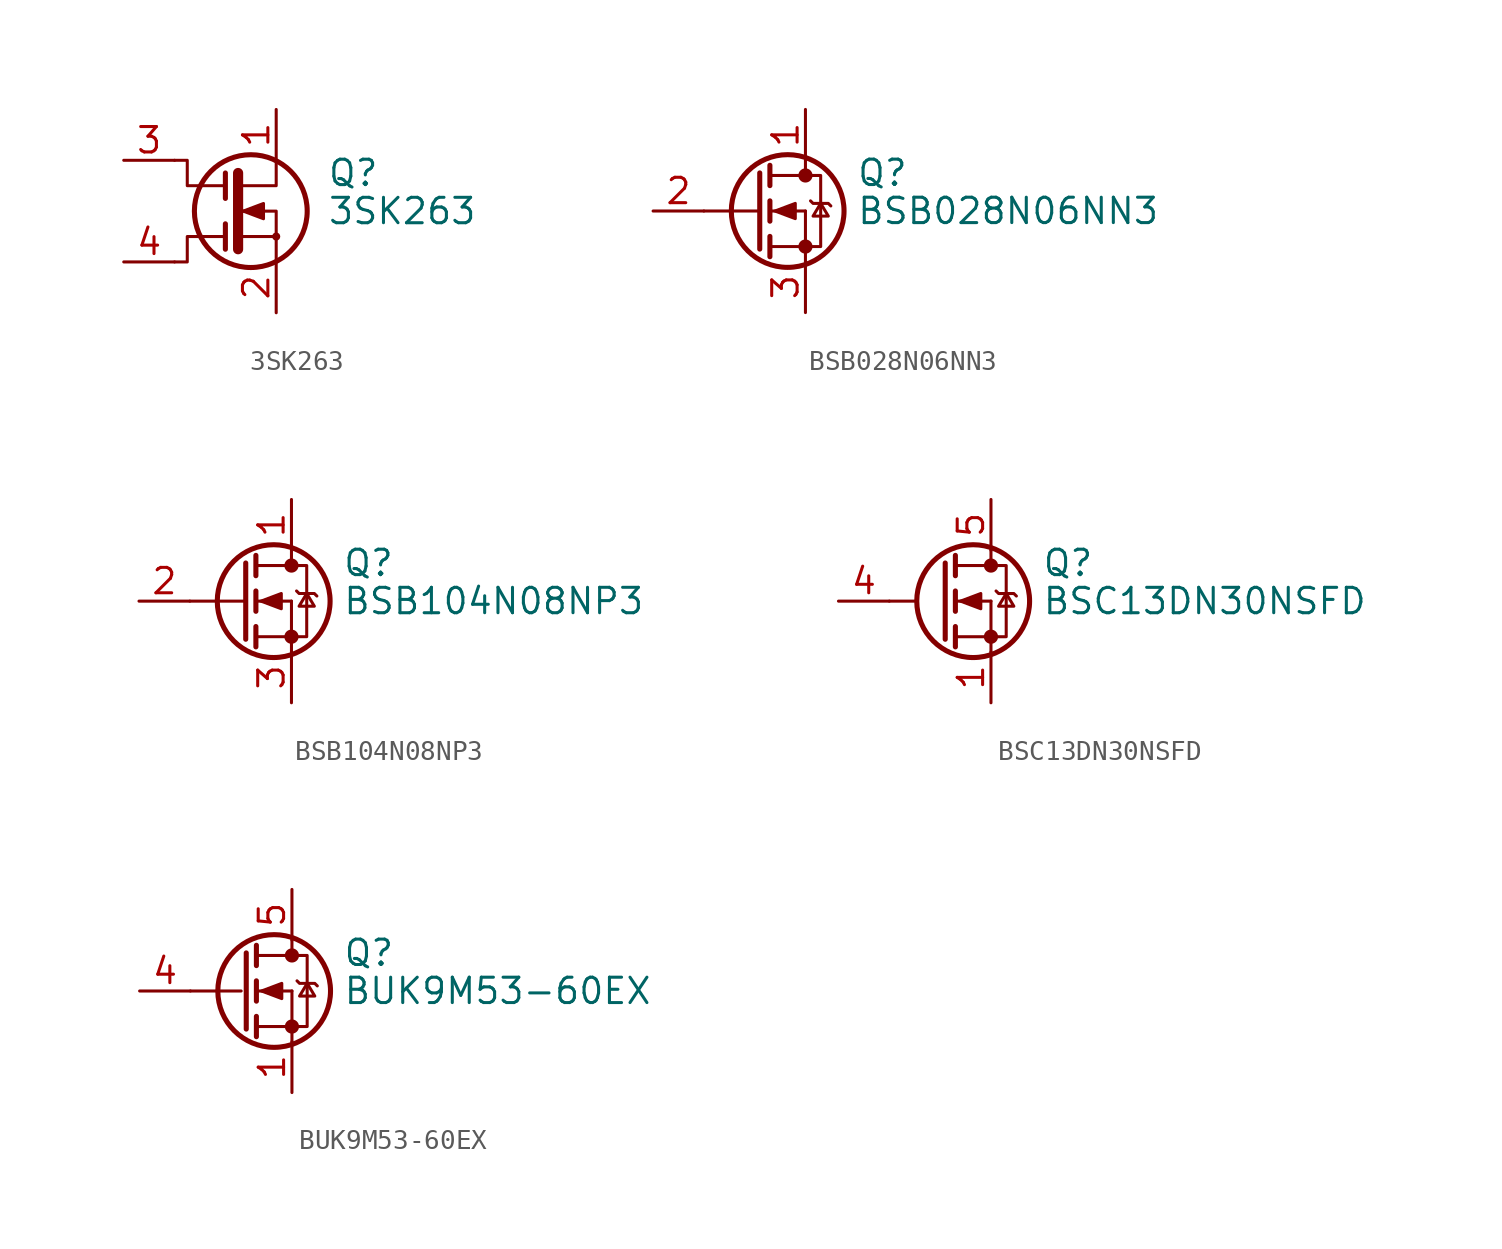
<source format=kicad_sym>
(kicad_symbol_lib
  (version 20201005)
  (generator kicad_symbol_editor)
  (symbol "3SK263"
    (pin_names
      (offset 0) hide)
    (property "Reference" "Q"
      (at 5.08 1.905 0)
      (effects (font (size 1.27 1.27)) (justify left)))
    (property "Value" "3SK263"
      (at 5.08 0 0)
      (effects (font (size 1.27 1.27)) (justify left)))
    (symbol "3SK263_0_1"
      (circle (center 1.27 0) (radius 2.819) (stroke (width 0.254)) (fill (type none)))
      (circle (center 2.54 -1.27) (radius 0.127) (stroke (width 0)) (fill (type none)))
      (polyline (pts (xy 0 0.635) (xy 0 1.905)) (stroke (width 0.254)) (fill (type none)))
      (polyline (pts (xy 0.635 1.905) (xy 0.635 -1.905)) (stroke (width 0.508)) (fill (type none)))
      (polyline (pts (xy 0 -0.635) (xy 0 -1.905) (xy 0 -1.524)) (stroke (width 0.254)) (fill (type none)))
      (polyline (pts (xy 0 -1.27) (xy -1.905 -1.27) (xy -1.905 -2.54) (xy -2.54 -2.54)) (stroke (width 0)) (fill (type none)))
      (polyline (pts (xy 0 1.27) (xy -1.905 1.27) (xy -1.905 2.54) (xy -2.54 2.54)) (stroke (width 0)) (fill (type none)))
      (polyline (pts (xy 0.762 -1.27) (xy 2.54 -1.27) (xy 2.54 -2.54) (xy 2.54 -2.54)) (stroke (width 0)) (fill (type none)))
      (polyline (pts (xy 0.762 1.27) (xy 2.54 1.27) (xy 2.54 2.54) (xy 2.54 2.54)) (stroke (width 0)) (fill (type none)))
      (polyline (pts (xy 0.762 0) (xy 1.27 0) (xy 2.54 0) (xy 2.54 -1.27) (xy 2.54 -1.27)) (stroke (width 0)) (fill (type none)))
      (polyline (pts (xy 0.889 0) (xy 1.905 0.381) (xy 1.905 -0.381) (xy 0.889 0) (xy 1.016 0) (xy 1.016 0)) (stroke (width 0)) (fill (type outline))))
    (symbol "3SK263_1_1"
      (pin passive line (at 2.54 5.08 270) (length 2.54) (name "D" (effects (font (size 1.27 1.27)))) (number "1" (effects (font (size 1.27 1.27)))))
      (pin passive line (at 2.54 -5.08 90) (length 2.54) (name "S" (effects (font (size 1.27 1.27)))) (number "2" (effects (font (size 1.27 1.27)))))
      (pin passive line (at -5.08 2.54 0) (length 2.54) (name "G1" (effects (font (size 1.27 1.27)))) (number "3" (effects (font (size 1.27 1.27)))))
      (pin passive line (at -5.08 -2.54 0) (length 2.54) (name "G2" (effects (font (size 1.27 1.27)))) (number "4" (effects (font (size 1.27 1.27)))))))
  (symbol "BSB028N06NN3"
    (pin_names
      (offset 0) hide)
    (property "Reference" "Q"
      (at 5.08 1.905 0)
      (effects (font (size 1.27 1.27)) (justify left)))
    (property "Value" "BSB028N06NN3"
      (at 5.08 0 0)
      (effects (font (size 1.27 1.27)) (justify left)))
    (symbol "BSB028N06NN3_0_1"
      (circle (center 1.651 0) (radius 2.819) (stroke (width 0.254)) (fill (type none)))
      (circle (center 2.54 -1.778) (radius 0.279) (stroke (width 0)) (fill (type outline)))
      (circle (center 2.54 1.778) (radius 0.279) (stroke (width 0)) (fill (type outline)))
      (polyline (pts (xy -2.54 0) (xy 0.254 0)) (stroke (width 0)) (fill (type none)))
      (polyline (pts (xy 0.762 -1.778) (xy 2.54 -1.778)) (stroke (width 0)) (fill (type none)))
      (polyline (pts (xy 0.762 -1.27) (xy 0.762 -2.286)) (stroke (width 0.254)) (fill (type none)))
      (polyline (pts (xy 0.762 0) (xy 2.54 0)) (stroke (width 0)) (fill (type none)))
      (polyline (pts (xy 0.762 0.508) (xy 0.762 -0.508)) (stroke (width 0.254)) (fill (type none)))
      (polyline (pts (xy 0.762 1.778) (xy 2.54 1.778)) (stroke (width 0)) (fill (type none)))
      (polyline (pts (xy 0.762 2.286) (xy 0.762 1.27)) (stroke (width 0.254)) (fill (type none)))
      (polyline (pts (xy 2.54 -1.778) (xy 2.54 -2.54)) (stroke (width 0)) (fill (type none)))
      (polyline (pts (xy 2.54 -1.778) (xy 2.54 0)) (stroke (width 0)) (fill (type none)))
      (polyline (pts (xy 2.54 2.54) (xy 2.54 1.778)) (stroke (width 0)) (fill (type none)))
      (polyline (pts (xy 0.254 1.905) (xy 0.254 -1.905) (xy 0.254 -1.905)) (stroke (width 0.254)) (fill (type none)))
      (polyline (pts (xy 1.016 0) (xy 2.032 0.381) (xy 2.032 -0.381) (xy 1.016 0)) (stroke (width 0)) (fill (type outline)))
      (polyline (pts (xy 2.54 -1.778) (xy 3.302 -1.778) (xy 3.302 1.778) (xy 2.54 1.778)) (stroke (width 0)) (fill (type none)))
      (polyline (pts (xy 2.794 0.508) (xy 2.921 0.381) (xy 3.683 0.381) (xy 3.81 0.254)) (stroke (width 0)) (fill (type none)))
      (polyline (pts (xy 3.302 0.381) (xy 2.921 -0.254) (xy 3.683 -0.254) (xy 3.302 0.381)) (stroke (width 0)) (fill (type none))))
    (symbol "BSB028N06NN3_1_1"
      (pin passive line (at 2.54 5.08 270) (length 2.54) (name "D" (effects (font (size 1.27 1.27)))) (number "1" (effects (font (size 1.27 1.27)))))
      (pin input line (at -5.08 0 0) (length 2.54) (name "G" (effects (font (size 1.27 1.27)))) (number "2" (effects (font (size 1.27 1.27)))))
      (pin passive line (at 2.54 -5.08 90) (length 2.54) (name "S" (effects (font (size 1.27 1.27)))) (number "3" (effects (font (size 1.27 1.27)))))))
  (symbol "BSB104N08NP3"
    (pin_names
      (offset 0) hide)
    (property "Reference" "Q"
      (at 5.08 1.905 0)
      (effects (font (size 1.27 1.27)) (justify left)))
    (property "Value" "BSB104N08NP3"
      (at 5.08 0 0)
      (effects (font (size 1.27 1.27)) (justify left)))
    (symbol "BSB104N08NP3_0_1"
      (circle (center 1.651 0) (radius 2.819) (stroke (width 0.254)) (fill (type none)))
      (circle (center 2.54 -1.778) (radius 0.279) (stroke (width 0)) (fill (type outline)))
      (circle (center 2.54 1.778) (radius 0.279) (stroke (width 0)) (fill (type outline)))
      (polyline (pts (xy -2.54 0) (xy 0.254 0)) (stroke (width 0)) (fill (type none)))
      (polyline (pts (xy 0.762 -1.778) (xy 2.54 -1.778)) (stroke (width 0)) (fill (type none)))
      (polyline (pts (xy 0.762 -1.27) (xy 0.762 -2.286)) (stroke (width 0.254)) (fill (type none)))
      (polyline (pts (xy 0.762 0) (xy 2.54 0)) (stroke (width 0)) (fill (type none)))
      (polyline (pts (xy 0.762 0.508) (xy 0.762 -0.508)) (stroke (width 0.254)) (fill (type none)))
      (polyline (pts (xy 0.762 1.778) (xy 2.54 1.778)) (stroke (width 0)) (fill (type none)))
      (polyline (pts (xy 0.762 2.286) (xy 0.762 1.27)) (stroke (width 0.254)) (fill (type none)))
      (polyline (pts (xy 2.54 -1.778) (xy 2.54 -2.54)) (stroke (width 0)) (fill (type none)))
      (polyline (pts (xy 2.54 -1.778) (xy 2.54 0)) (stroke (width 0)) (fill (type none)))
      (polyline (pts (xy 2.54 2.54) (xy 2.54 1.778)) (stroke (width 0)) (fill (type none)))
      (polyline (pts (xy 0.254 1.905) (xy 0.254 -1.905) (xy 0.254 -1.905)) (stroke (width 0.254)) (fill (type none)))
      (polyline (pts (xy 1.016 0) (xy 2.032 0.381) (xy 2.032 -0.381) (xy 1.016 0)) (stroke (width 0)) (fill (type outline)))
      (polyline (pts (xy 2.54 -1.778) (xy 3.302 -1.778) (xy 3.302 1.778) (xy 2.54 1.778)) (stroke (width 0)) (fill (type none)))
      (polyline (pts (xy 2.794 0.508) (xy 2.921 0.381) (xy 3.683 0.381) (xy 3.81 0.254)) (stroke (width 0)) (fill (type none)))
      (polyline (pts (xy 3.302 0.381) (xy 2.921 -0.254) (xy 3.683 -0.254) (xy 3.302 0.381)) (stroke (width 0)) (fill (type none))))
    (symbol "BSB104N08NP3_1_1"
      (pin passive line (at 2.54 5.08 270) (length 2.54) (name "D" (effects (font (size 1.27 1.27)))) (number "1" (effects (font (size 1.27 1.27)))))
      (pin input line (at -5.08 0 0) (length 2.54) (name "G" (effects (font (size 1.27 1.27)))) (number "2" (effects (font (size 1.27 1.27)))))
      (pin passive line (at 2.54 -5.08 90) (length 2.54) (name "S" (effects (font (size 1.27 1.27)))) (number "3" (effects (font (size 1.27 1.27)))))))
  (symbol "BSC13DN30NSFD"
    (pin_names hide)
    (property "Reference" "Q"
      (at 5.08 1.905 0)
      (effects (font (size 1.27 1.27)) (justify left)))
    (property "Value" "BSC13DN30NSFD"
      (at 5.08 0 0)
      (effects (font (size 1.27 1.27)) (justify left)))
    (symbol "BSC13DN30NSFD_0_1"
      (circle (center 1.651 0) (radius 2.819) (stroke (width 0.254)) (fill (type none)))
      (circle (center 2.54 -1.778) (radius 0.279) (stroke (width 0)) (fill (type outline)))
      (circle (center 2.54 1.778) (radius 0.279) (stroke (width 0)) (fill (type outline)))
      (polyline (pts (xy -1.27 0) (xy -2.54 0)) (stroke (width 0)) (fill (type none)))
      (polyline (pts (xy 0.762 -1.778) (xy 2.54 -1.778)) (stroke (width 0)) (fill (type none)))
      (polyline (pts (xy 0.762 -1.27) (xy 0.762 -2.286)) (stroke (width 0.254)) (fill (type none)))
      (polyline (pts (xy 0.762 0) (xy 2.54 0)) (stroke (width 0)) (fill (type none)))
      (polyline (pts (xy 0.762 0.508) (xy 0.762 -0.508)) (stroke (width 0.254)) (fill (type none)))
      (polyline (pts (xy 0.762 1.778) (xy 2.54 1.778)) (stroke (width 0)) (fill (type none)))
      (polyline (pts (xy 0.762 2.286) (xy 0.762 1.27)) (stroke (width 0.254)) (fill (type none)))
      (polyline (pts (xy 2.54 -1.778) (xy 2.54 -2.54)) (stroke (width 0)) (fill (type none)))
      (polyline (pts (xy 2.54 -1.778) (xy 2.54 0)) (stroke (width 0)) (fill (type none)))
      (polyline (pts (xy 2.54 2.54) (xy 2.54 1.778)) (stroke (width 0)) (fill (type none)))
      (polyline (pts (xy 0.254 1.905) (xy 0.254 -1.905) (xy 0.254 -1.905)) (stroke (width 0.254)) (fill (type none)))
      (polyline (pts (xy 1.016 0) (xy 2.032 0.381) (xy 2.032 -0.381) (xy 1.016 0)) (stroke (width 0)) (fill (type outline)))
      (polyline (pts (xy 2.54 -1.778) (xy 3.302 -1.778) (xy 3.302 1.778) (xy 2.54 1.778)) (stroke (width 0)) (fill (type none)))
      (polyline (pts (xy 2.794 0.508) (xy 2.921 0.381) (xy 3.683 0.381) (xy 3.81 0.254)) (stroke (width 0)) (fill (type none)))
      (polyline (pts (xy 3.302 0.381) (xy 2.921 -0.254) (xy 3.683 -0.254) (xy 3.302 0.381)) (stroke (width 0)) (fill (type none))))
    (symbol "BSC13DN30NSFD_1_1"
      (pin passive line (at 2.54 -5.08 90) (length 2.54) (name "S" (effects (font (size 1.27 1.27)))) (number "1" (effects (font (size 1.27 1.27)))))
      (pin passive line (at 2.54 -5.08 90) (length 2.54) hide (name "S" (effects (font (size 1.27 1.27)))) (number "2" (effects (font (size 1.27 1.27)))))
      (pin passive line (at 2.54 -5.08 90) (length 2.54) hide (name "S" (effects (font (size 1.27 1.27)))) (number "3" (effects (font (size 1.27 1.27)))))
      (pin passive line (at -5.08 0 0) (length 2.54) (name "G" (effects (font (size 1.27 1.27)))) (number "4" (effects (font (size 1.27 1.27)))))
      (pin passive line (at 2.54 5.08 270) (length 2.54) (name "D" (effects (font (size 1.27 1.27)))) (number "5" (effects (font (size 1.27 1.27)))))))
  (symbol "BUK9M53-60EX"
    (pin_names hide)
    (property "Reference" "Q"
      (at 5.08 1.905 0)
      (effects (font (size 1.27 1.27)) (justify left)))
    (property "Value" "BUK9M53-60EX"
      (at 5.08 0 0)
      (effects (font (size 1.27 1.27)) (justify left)))
    (symbol "BUK9M53-60EX_0_1"
      (circle (center 1.651 0) (radius 2.819) (stroke (width 0.254)) (fill (type none)))
      (circle (center 2.54 -1.778) (radius 0.279) (stroke (width 0)) (fill (type outline)))
      (circle (center 2.54 1.778) (radius 0.279) (stroke (width 0)) (fill (type outline)))
      (polyline (pts (xy -2.54 0) (xy 0 0)) (stroke (width 0)) (fill (type none)))
      (polyline (pts (xy 0.762 -1.778) (xy 2.54 -1.778)) (stroke (width 0)) (fill (type none)))
      (polyline (pts (xy 0.762 -1.27) (xy 0.762 -2.286)) (stroke (width 0.254)) (fill (type none)))
      (polyline (pts (xy 0.762 0) (xy 2.54 0)) (stroke (width 0)) (fill (type none)))
      (polyline (pts (xy 0.762 0.508) (xy 0.762 -0.508)) (stroke (width 0.254)) (fill (type none)))
      (polyline (pts (xy 0.762 1.778) (xy 2.54 1.778)) (stroke (width 0)) (fill (type none)))
      (polyline (pts (xy 0.762 2.286) (xy 0.762 1.27)) (stroke (width 0.254)) (fill (type none)))
      (polyline (pts (xy 2.54 -1.778) (xy 2.54 -2.54)) (stroke (width 0)) (fill (type none)))
      (polyline (pts (xy 2.54 -1.778) (xy 2.54 0)) (stroke (width 0)) (fill (type none)))
      (polyline (pts (xy 2.54 2.54) (xy 2.54 1.778)) (stroke (width 0)) (fill (type none)))
      (polyline (pts (xy 0.254 1.905) (xy 0.254 -1.905) (xy 0.254 -1.905)) (stroke (width 0.254)) (fill (type none)))
      (polyline (pts (xy 1.016 0) (xy 2.032 0.381) (xy 2.032 -0.381) (xy 1.016 0)) (stroke (width 0)) (fill (type outline)))
      (polyline (pts (xy 2.54 -1.778) (xy 3.302 -1.778) (xy 3.302 1.778) (xy 2.54 1.778)) (stroke (width 0)) (fill (type none)))
      (polyline (pts (xy 2.794 0.508) (xy 2.921 0.381) (xy 3.683 0.381) (xy 3.81 0.254)) (stroke (width 0)) (fill (type none)))
      (polyline (pts (xy 3.302 0.381) (xy 2.921 -0.254) (xy 3.683 -0.254) (xy 3.302 0.381)) (stroke (width 0)) (fill (type none))))
    (symbol "BUK9M53-60EX_1_1"
      (pin passive line (at 2.54 -5.08 90) (length 2.54) (name "S" (effects (font (size 1.27 1.27)))) (number "1" (effects (font (size 1.27 1.27)))))
      (pin passive line (at 2.54 -5.08 90) (length 2.54) hide (name "S" (effects (font (size 1.27 1.27)))) (number "2" (effects (font (size 1.27 1.27)))))
      (pin passive line (at 2.54 -5.08 90) (length 2.54) hide (name "S" (effects (font (size 1.27 1.27)))) (number "3" (effects (font (size 1.27 1.27)))))
      (pin passive line (at -5.08 0 0) (length 2.54) (name "G" (effects (font (size 1.27 1.27)))) (number "4" (effects (font (size 1.27 1.27)))))
      (pin passive line (at 2.54 5.08 270) (length 2.54) (name "D" (effects (font (size 1.27 1.27)))) (number "5" (effects (font (size 1.27 1.27))))))))
</source>
